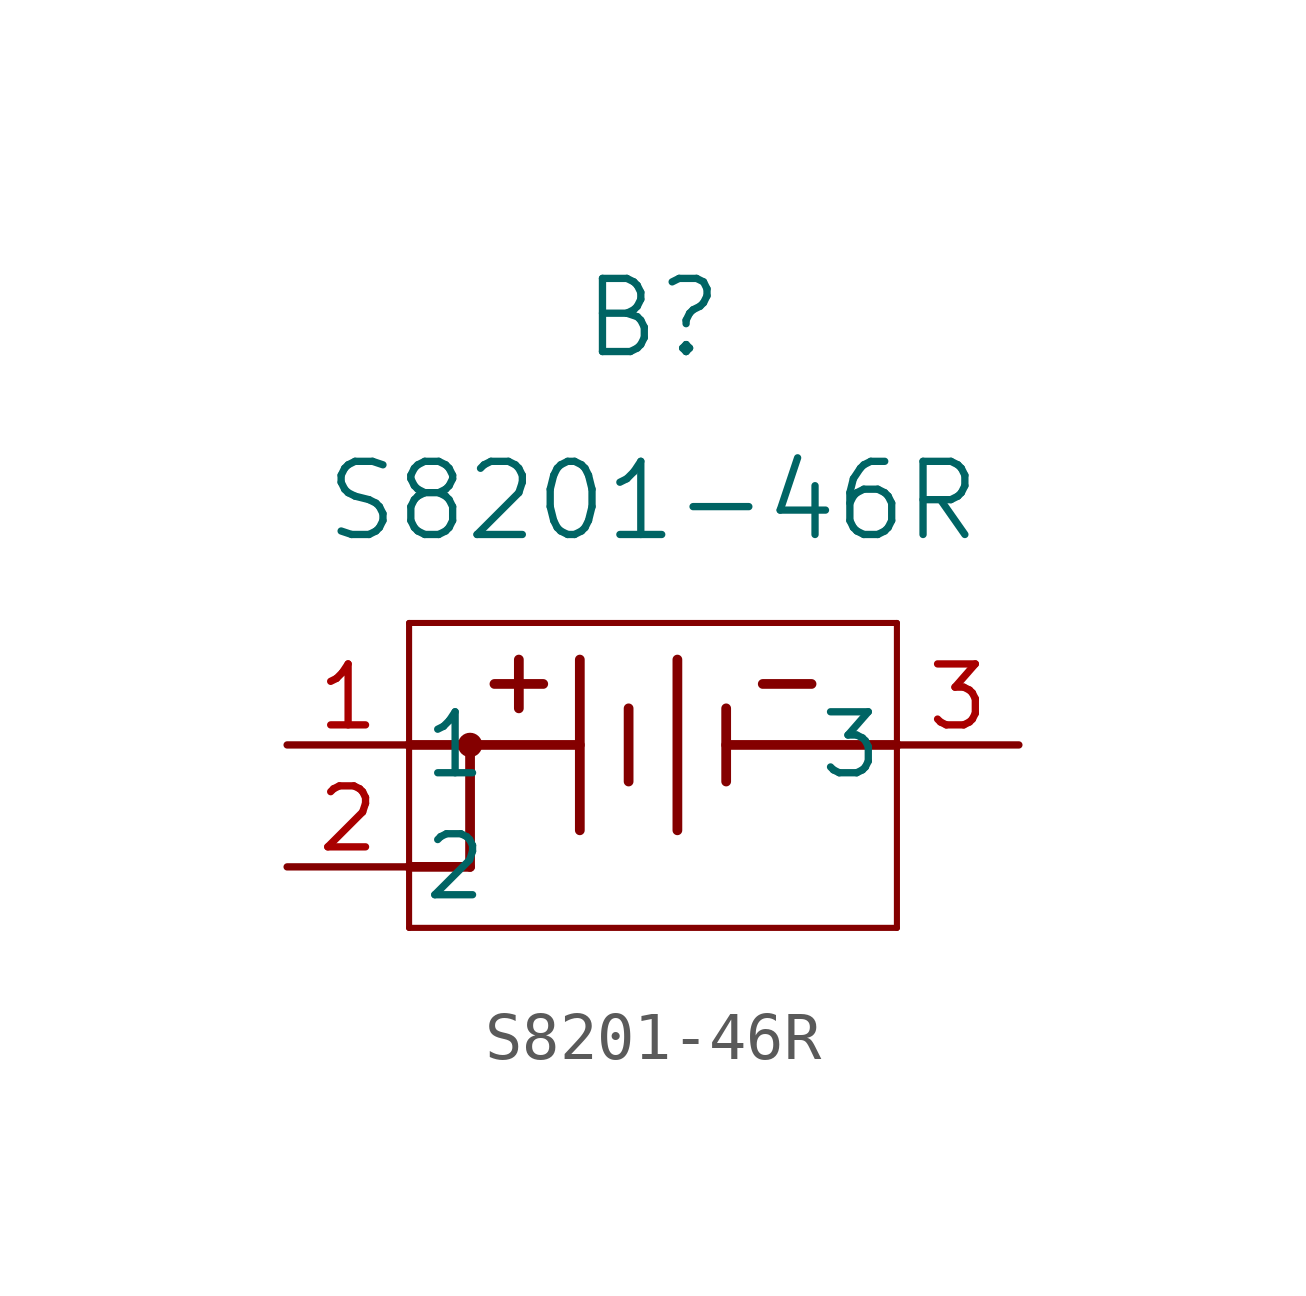
<source format=kicad_sym>
(kicad_symbol_lib
  (version 20211014)
  (generator kicad_symbol_editor)
  (symbol "S8201-46R"
    (pin_names
      (offset 0.254))
    (property "Reference" "B"
      (at 7.62 8.89 0)
      (effects (font (size 1.524 1.524))))
    (property "Value" "S8201-46R"
      (at 7.62 5.08 0)
      (effects (font (size 1.524 1.524))))
    (property "ki_locked" ""
      (at 0 0 0)
      (effects (font (size 1.27 1.27))))
    (symbol "S8201-46R_0_1"
      (polyline (pts (xy 2.54 -3.81) (xy 12.7 -3.81)) (stroke (width 0.127) (type default) (color 0 0 0 0)) (fill (type none)))
      (polyline (pts (xy 2.54 -2.54) (xy 3.81 -2.54)) (stroke (width 0.203) (type default) (color 0 0 0 0)) (fill (type none)))
      (polyline (pts (xy 2.54 0) (xy 6.096 0)) (stroke (width 0.203) (type default) (color 0 0 0 0)) (fill (type none)))
      (polyline (pts (xy 2.54 2.54) (xy 2.54 -3.81)) (stroke (width 0.127) (type default) (color 0 0 0 0)) (fill (type none)))
      (polyline (pts (xy 3.81 0) (xy 3.81 -2.54)) (stroke (width 0.203) (type default) (color 0 0 0 0)) (fill (type none)))
      (polyline (pts (xy 4.318 1.27) (xy 5.334 1.27)) (stroke (width 0.203) (type default) (color 0 0 0 0)) (fill (type none)))
      (polyline (pts (xy 4.826 1.778) (xy 4.826 0.762)) (stroke (width 0.203) (type default) (color 0 0 0 0)) (fill (type none)))
      (polyline (pts (xy 6.096 -1.778) (xy 6.096 1.778)) (stroke (width 0.203) (type default) (color 0 0 0 0)) (fill (type none)))
      (polyline (pts (xy 7.112 0.762) (xy 7.112 -0.762)) (stroke (width 0.203) (type default) (color 0 0 0 0)) (fill (type none)))
      (polyline (pts (xy 8.128 -1.778) (xy 8.128 1.778)) (stroke (width 0.203) (type default) (color 0 0 0 0)) (fill (type none)))
      (polyline (pts (xy 9.144 0) (xy 12.7 0)) (stroke (width 0.203) (type default) (color 0 0 0 0)) (fill (type none)))
      (polyline (pts (xy 9.144 0.762) (xy 9.144 -0.762)) (stroke (width 0.203) (type default) (color 0 0 0 0)) (fill (type none)))
      (polyline (pts (xy 9.906 1.27) (xy 10.922 1.27)) (stroke (width 0.203) (type default) (color 0 0 0 0)) (fill (type none)))
      (polyline (pts (xy 12.7 -3.81) (xy 12.7 2.54)) (stroke (width 0.127) (type default) (color 0 0 0 0)) (fill (type none)))
      (polyline (pts (xy 12.7 2.54) (xy 2.54 2.54)) (stroke (width 0.127) (type default) (color 0 0 0 0)) (fill (type none)))
      (circle (center 3.81 0) (radius 0.127) (stroke (width 0.254) (type default) (color 0 0 0 0)) (fill (type none)))
      (pin power_out line (at 0 0 0) (length 2.54) (name "1" (effects (font (size 1.27 1.27)))) (number "1" (effects (font (size 1.27 1.27)))))
      (pin power_out line (at 0 -2.54 0) (length 2.54) (name "2" (effects (font (size 1.27 1.27)))) (number "2" (effects (font (size 1.27 1.27)))))
      (pin power_out line (at 15.24 0 180) (length 2.54) (name "3" (effects (font (size 1.27 1.27)))) (number "3" (effects (font (size 1.27 1.27))))))))
</source>
